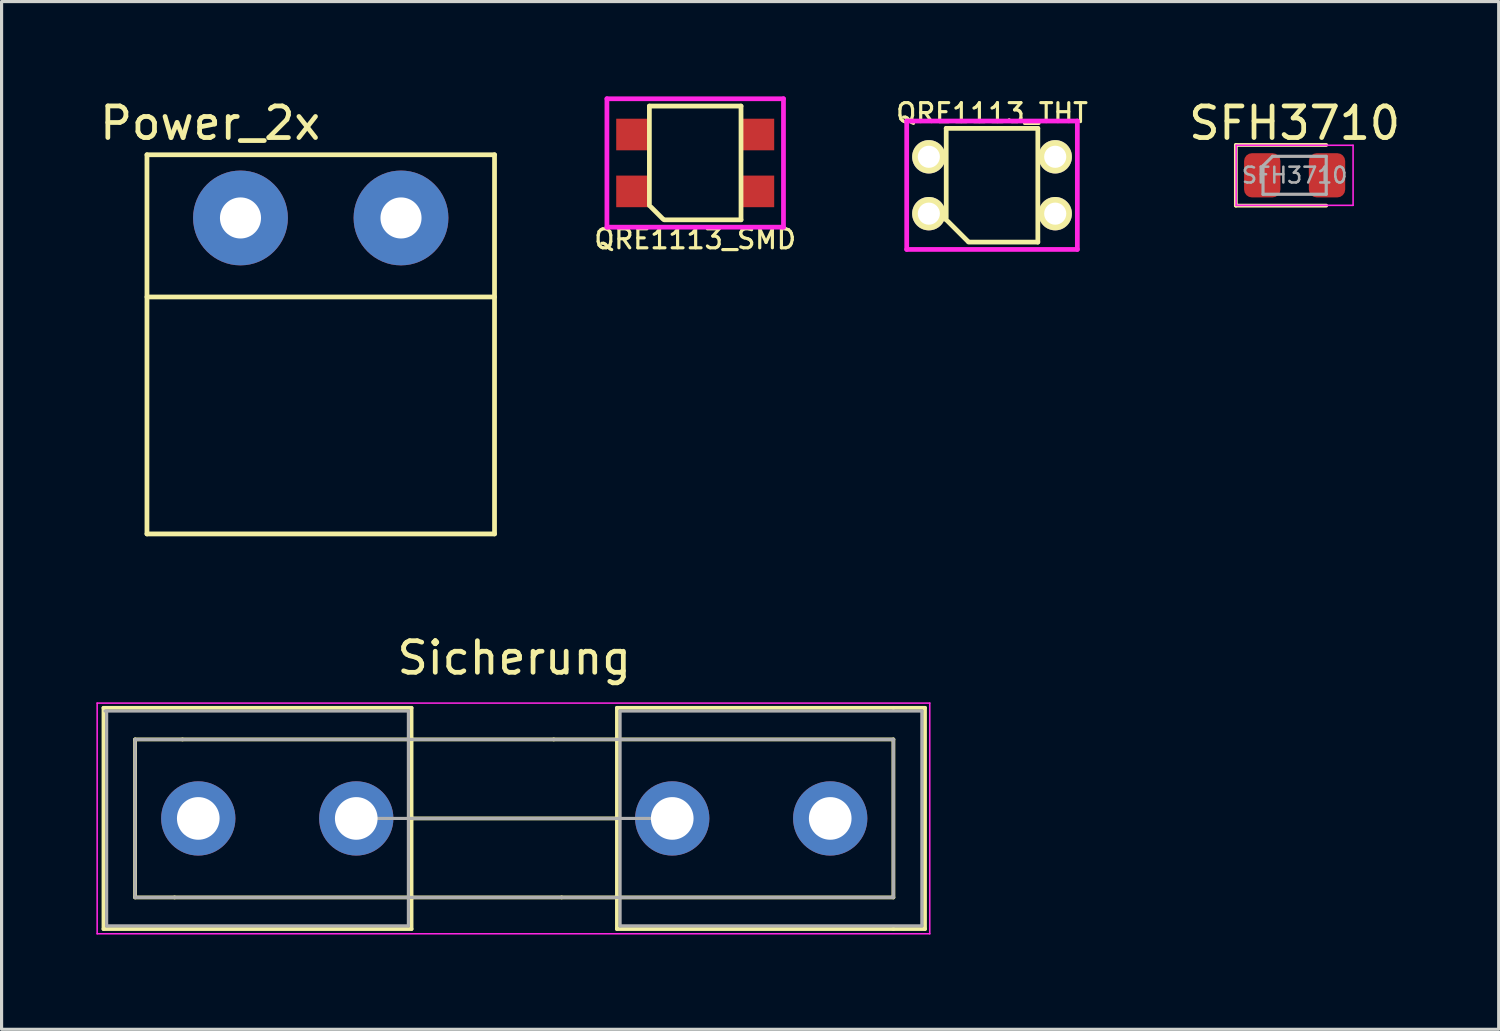
<source format=kicad_pcb>
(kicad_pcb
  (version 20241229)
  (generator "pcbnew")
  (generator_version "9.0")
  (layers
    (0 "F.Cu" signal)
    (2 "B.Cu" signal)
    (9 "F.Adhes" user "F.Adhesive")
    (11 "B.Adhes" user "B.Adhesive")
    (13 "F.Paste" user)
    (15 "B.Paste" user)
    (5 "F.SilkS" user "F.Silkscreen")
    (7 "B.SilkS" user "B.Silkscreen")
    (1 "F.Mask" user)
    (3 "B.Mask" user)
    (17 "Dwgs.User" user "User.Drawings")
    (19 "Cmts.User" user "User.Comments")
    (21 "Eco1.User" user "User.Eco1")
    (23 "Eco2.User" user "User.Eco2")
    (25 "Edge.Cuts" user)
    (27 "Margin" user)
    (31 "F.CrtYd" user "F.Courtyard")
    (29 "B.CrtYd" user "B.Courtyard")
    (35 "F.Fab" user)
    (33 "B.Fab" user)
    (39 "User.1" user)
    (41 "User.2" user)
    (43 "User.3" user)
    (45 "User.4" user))
  (footprint "QRE1113_SMD"
    (layer "F.Cu")
    (at 18.952 2.107)
    (property "Reference" "QRE1113_SMD" (at 0 2.413 0) (layer "F.SilkS") (effects (font (size 0.6 0.6) (thickness 0.1))))
    (attr through_hole)
    (fp_line (start -1.45 -1.8) (end -1.45 1.35) (stroke (width 0.15) (type solid)) (layer "F.SilkS"))
    (fp_line (start -1.397 1.397) (end -1.016 1.778) (stroke (width 0.15) (type solid)) (layer "F.SilkS"))
    (fp_line (start -0.98 1.8) (end 1.45 1.8) (stroke (width 0.15) (type solid)) (layer "F.SilkS"))
    (fp_line (start 1.45 -1.8) (end -1.45 -1.8) (stroke (width 0.15) (type solid)) (layer "F.SilkS"))
    (fp_line (start 1.45 1.8) (end 1.45 -1.8) (stroke (width 0.15) (type solid)) (layer "F.SilkS"))
    (fp_line (start -2.794 -2.032) (end -2.794 2.032) (stroke (width 0.15) (type solid)) (layer "F.CrtYd"))
    (fp_line (start -2.794 2.032) (end 2.794 2.032) (stroke (width 0.15) (type solid)) (layer "F.CrtYd"))
    (fp_line (start 2.794 -2.032) (end -2.794 -2.032) (stroke (width 0.15) (type solid)) (layer "F.CrtYd"))
    (fp_line (start 2.794 2.032) (end 2.794 -2.032) (stroke (width 0.15) (type solid)) (layer "F.CrtYd"))
    (pad "1" smd rect (at -1.95 0.9) (size 1.1 1) (layers "F.Cu" "F.Mask" "F.Paste"))
    (pad "2" smd rect (at 1.95 0.9) (size 1.1 1) (layers "F.Cu" "F.Mask" "F.Paste"))
    (pad "3" smd rect (at 1.95 -0.9) (size 1.1 1) (layers "F.Cu" "F.Mask" "F.Paste"))
    (pad "4" smd rect (at -1.95 -0.9) (size 1.1 1) (layers "F.Cu" "F.Mask" "F.Paste")))
  (footprint "Power_2x"
    (layer "F.Cu")
    (at 7.101 3.848)
    (property "Reference" "Power_2x" (at -3.5 -3 0) (layer "F.SilkS") (effects (font (size 1 1) (thickness 0.15))))
    (attr through_hole)
    (fp_line (start -5.5 -2) (end 5.5 -2) (stroke (width 0.15) (type solid)) (layer "F.SilkS"))
    (fp_line (start -5.5 2.5) (end 5.5 2.5) (stroke (width 0.15) (type solid)) (layer "F.SilkS"))
    (fp_line (start -5.5 10) (end -5.5 -2) (stroke (width 0.15) (type solid)) (layer "F.SilkS"))
    (fp_line (start 5.5 -2) (end 5.5 10) (stroke (width 0.15) (type solid)) (layer "F.SilkS"))
    (fp_line (start 5.5 10) (end -5.5 10) (stroke (width 0.15) (type solid)) (layer "F.SilkS"))
    (pad "1" thru_hole circle (at -2.54 0) (size 3 3) (drill 1.3) (layers "*.Cu" "*.Mask"))
    (pad "2" thru_hole circle (at 2.54 0) (size 3 3) (drill 1.3) (layers "*.Cu" "*.Mask")))
  (footprint "SFH3710"
    (layer "F.Cu")
    (at 37.923 2.498)
    (property "Reference" "SFH3710" (at 0 -1.65 0) (layer "F.SilkS") (effects (font (size 1 1) (thickness 0.15))))
    (attr smd)
    (fp_line (start -1.86 -0.96) (end -1.86 0.96) (stroke (width 0.12) (type solid)) (layer "F.SilkS"))
    (fp_line (start -1.86 0.96) (end 1 0.96) (stroke (width 0.12) (type solid)) (layer "F.SilkS"))
    (fp_line (start 1 -0.96) (end -1.86 -0.96) (stroke (width 0.12) (type solid)) (layer "F.SilkS"))
    (fp_line (start -1.85 -0.95) (end 1.85 -0.95) (stroke (width 0.05) (type solid)) (layer "F.CrtYd"))
    (fp_line (start -1.85 0.95) (end -1.85 -0.95) (stroke (width 0.05) (type solid)) (layer "F.CrtYd"))
    (fp_line (start 1.85 -0.95) (end 1.85 0.95) (stroke (width 0.05) (type solid)) (layer "F.CrtYd"))
    (fp_line (start 1.85 0.95) (end -1.85 0.95) (stroke (width 0.05) (type solid)) (layer "F.CrtYd"))
    (fp_line (start -1 -0.3) (end -1 0.6) (stroke (width 0.1) (type solid)) (layer "F.Fab"))
    (fp_line (start -1 0.6) (end 1 0.6) (stroke (width 0.1) (type solid)) (layer "F.Fab"))
    (fp_line (start -0.7 -0.6) (end -1 -0.3) (stroke (width 0.1) (type solid)) (layer "F.Fab"))
    (fp_line (start 1 -0.6) (end -0.7 -0.6) (stroke (width 0.1) (type solid)) (layer "F.Fab"))
    (fp_line (start 1 0.6) (end 1 -0.6) (stroke (width 0.1) (type solid)) (layer "F.Fab"))
    (fp_text user "${REFERENCE}" (at 0 0 0) (layer "F.Fab") (effects (font (size 0.5 0.5) (thickness 0.08))))
    (pad "1" smd roundrect (at -1.025 0) (size 1.15 1.4) (layers "F.Cu" "F.Mask" "F.Paste") (roundrect_rratio 0.217))
    (pad "2" smd roundrect (at 1.025 0) (size 1.15 1.4) (layers "F.Cu" "F.Mask" "F.Paste") (roundrect_rratio 0.217)))
  (footprint "QRE1113_THT"
    (layer "F.Cu")
    (at 28.346 2.812)
    (property "Reference" "QRE1113_THT" (at 0 -2.286 0) (layer "F.SilkS") (effects (font (size 0.6 0.6) (thickness 0.1))))
    (attr through_hole)
    (fp_line (start -1.45 -1.8) (end 1.45 -1.8) (stroke (width 0.15) (type solid)) (layer "F.SilkS"))
    (fp_line (start -1.45 1.1) (end -1.45 -1.8) (stroke (width 0.15) (type solid)) (layer "F.SilkS"))
    (fp_line (start -0.762 1.778) (end -1.397 1.143) (stroke (width 0.15) (type solid)) (layer "F.SilkS"))
    (fp_line (start 1.45 -1.8) (end 1.45 1.8) (stroke (width 0.15) (type solid)) (layer "F.SilkS"))
    (fp_line (start 1.45 1.8) (end -0.74 1.8) (stroke (width 0.15) (type solid)) (layer "F.SilkS"))
    (fp_line (start -2.7 -2.032) (end 2.7 -2.032) (stroke (width 0.15) (type solid)) (layer "F.CrtYd"))
    (fp_line (start -2.7 2.032) (end -2.7 -2.032) (stroke (width 0.15) (type solid)) (layer "F.CrtYd"))
    (fp_line (start 2.7 -2.032) (end 2.7 2.032) (stroke (width 0.15) (type solid)) (layer "F.CrtYd"))
    (fp_line (start 2.7 2.032) (end -2.7 2.032) (stroke (width 0.15) (type solid)) (layer "F.CrtYd"))
    (pad "1" thru_hole circle (at -2 0.9) (size 1.056 1.056) (drill 0.7) (layers "*.Cu" "*.Mask" "F.SilkS"))
    (pad "2" thru_hole circle (at 2 0.9) (size 1.056 1.056) (drill 0.7) (layers "*.Cu" "*.Mask" "F.SilkS"))
    (pad "3" thru_hole circle (at 2 -0.9) (size 1.056 1.056) (drill 0.7) (layers "*.Cu" "*.Mask" "F.SilkS"))
    (pad "4" thru_hole circle (at -2 -0.9) (size 1.056 1.056) (drill 0.7) (layers "*.Cu" "*.Mask" "F.SilkS")))
  (footprint "Sicherung"
    (layer "F.Cu")
    (at 3.225 22.852)
    (property "Reference" "Sicherung" (at 10 -5.08 0) (layer "F.SilkS") (effects (font (size 1 1) (thickness 0.15))))
    (attr through_hole)
    (fp_line (start -3 -3.5) (end -3 3.5) (stroke (width 0.12) (type solid)) (layer "F.SilkS"))
    (fp_line (start -2 -2.5) (end -2 2.5) (stroke (width 0.12) (type solid)) (layer "F.SilkS"))
    (fp_line (start -0.75 2.5) (end -2 2.5) (stroke (width 0.12) (type solid)) (layer "F.SilkS"))
    (fp_line (start -0.5 -2.5) (end -2 -2.5) (stroke (width 0.12) (type solid)) (layer "F.SilkS"))
    (fp_line (start 6.75 -3.5) (end -3 -3.5) (stroke (width 0.12) (type solid)) (layer "F.SilkS"))
    (fp_line (start 6.75 -3.5) (end 6.75 3.5) (stroke (width 0.12) (type solid)) (layer "F.SilkS"))
    (fp_line (start 6.75 3.5) (end -3 3.5) (stroke (width 0.12) (type solid)) (layer "F.SilkS"))
    (fp_line (start 11.25 -2.5) (end -0.5 -2.5) (stroke (width 0.12) (type solid)) (layer "F.SilkS"))
    (fp_line (start 11.5 2.5) (end -0.75 2.5) (stroke (width 0.12) (type solid)) (layer "F.SilkS"))
    (fp_line (start 13.25 -3.5) (end 13.25 3.5) (stroke (width 0.12) (type solid)) (layer "F.SilkS"))
    (fp_line (start 13.25 0) (end 6.75 0) (stroke (width 0.12) (type solid)) (layer "F.SilkS"))
    (fp_line (start 22 -3.5) (end 13.25 -3.5) (stroke (width 0.12) (type solid)) (layer "F.SilkS"))
    (fp_line (start 22 -2.5) (end 11.25 -2.5) (stroke (width 0.12) (type solid)) (layer "F.SilkS"))
    (fp_line (start 22 -2.5) (end 22 2.5) (stroke (width 0.12) (type solid)) (layer "F.SilkS"))
    (fp_line (start 22 2.5) (end 11.5 2.5) (stroke (width 0.12) (type solid)) (layer "F.SilkS"))
    (fp_line (start 22 3.5) (end 13.25 3.5) (stroke (width 0.12) (type solid)) (layer "F.SilkS"))
    (fp_line (start 23 -3.5) (end 22 -3.5) (stroke (width 0.12) (type solid)) (layer "F.SilkS"))
    (fp_line (start 23 -3.5) (end 23 3.5) (stroke (width 0.12) (type solid)) (layer "F.SilkS"))
    (fp_line (start 23 3.5) (end 22 3.5) (stroke (width 0.12) (type solid)) (layer "F.SilkS"))
    (fp_line (start -3.2 -3.65) (end -3.2 3.65) (stroke (width 0.05) (type solid)) (layer "F.CrtYd"))
    (fp_line (start -3.2 -3.65) (end 23.15 -3.65) (stroke (width 0.05) (type solid)) (layer "F.CrtYd"))
    (fp_line (start 23.15 3.65) (end -3.2 3.65) (stroke (width 0.05) (type solid)) (layer "F.CrtYd"))
    (fp_line (start 23.15 3.65) (end 23.15 -3.65) (stroke (width 0.05) (type solid)) (layer "F.CrtYd"))
    (fp_line (start -2.95 -3.4) (end 6.65 -3.4) (stroke (width 0.1) (type solid)) (layer "F.Fab"))
    (fp_line (start -2.9 3.4) (end -2.9 -3.4) (stroke (width 0.1) (type solid)) (layer "F.Fab"))
    (fp_line (start -2 -2.5) (end 22 -2.5) (stroke (width 0.1) (type solid)) (layer "F.Fab"))
    (fp_line (start -2 2.5) (end -2 -2.5) (stroke (width 0.1) (type solid)) (layer "F.Fab"))
    (fp_line (start 5 0) (end 15 0) (stroke (width 0.1) (type solid)) (layer "F.Fab"))
    (fp_line (start 6.65 -3.4) (end 6.65 3.4) (stroke (width 0.1) (type solid)) (layer "F.Fab"))
    (fp_line (start 6.65 3.4) (end -2.9 3.4) (stroke (width 0.1) (type solid)) (layer "F.Fab"))
    (fp_line (start 13.35 -3.4) (end 13.35 3.4) (stroke (width 0.1) (type solid)) (layer "F.Fab"))
    (fp_line (start 13.35 3.4) (end 22.9 3.4) (stroke (width 0.1) (type solid)) (layer "F.Fab"))
    (fp_line (start 22 -2.5) (end 22 2.5) (stroke (width 0.1) (type solid)) (layer "F.Fab"))
    (fp_line (start 22 2.5) (end -2 2.5) (stroke (width 0.1) (type solid)) (layer "F.Fab"))
    (fp_line (start 22.9 -3.4) (end 13.35 -3.4) (stroke (width 0.1) (type solid)) (layer "F.Fab"))
    (fp_line (start 22.9 3.4) (end 22.9 -3.4) (stroke (width 0.1) (type solid)) (layer "F.Fab"))
    (pad "1" thru_hole circle (at 0 0) (size 2.35 2.35) (drill 1.35) (layers "*.Cu" "*.Mask"))
    (pad "1" thru_hole circle (at 5 0) (size 2.35 2.35) (drill 1.35) (layers "*.Cu" "*.Mask"))
    (pad "2" thru_hole circle (at 15 0) (size 2.35 2.35) (drill 1.35) (layers "*.Cu" "*.Mask"))
    (pad "2" thru_hole circle (at 20 0) (size 2.35 2.35) (drill 1.35) (layers "*.Cu" "*.Mask")))
  (gr_rect
    (start -3 -3)
    (end 44.381 29.526)
    (stroke (width 0.1) (type default))
    (fill no)
    (layer "Edge.Cuts")))
</source>
